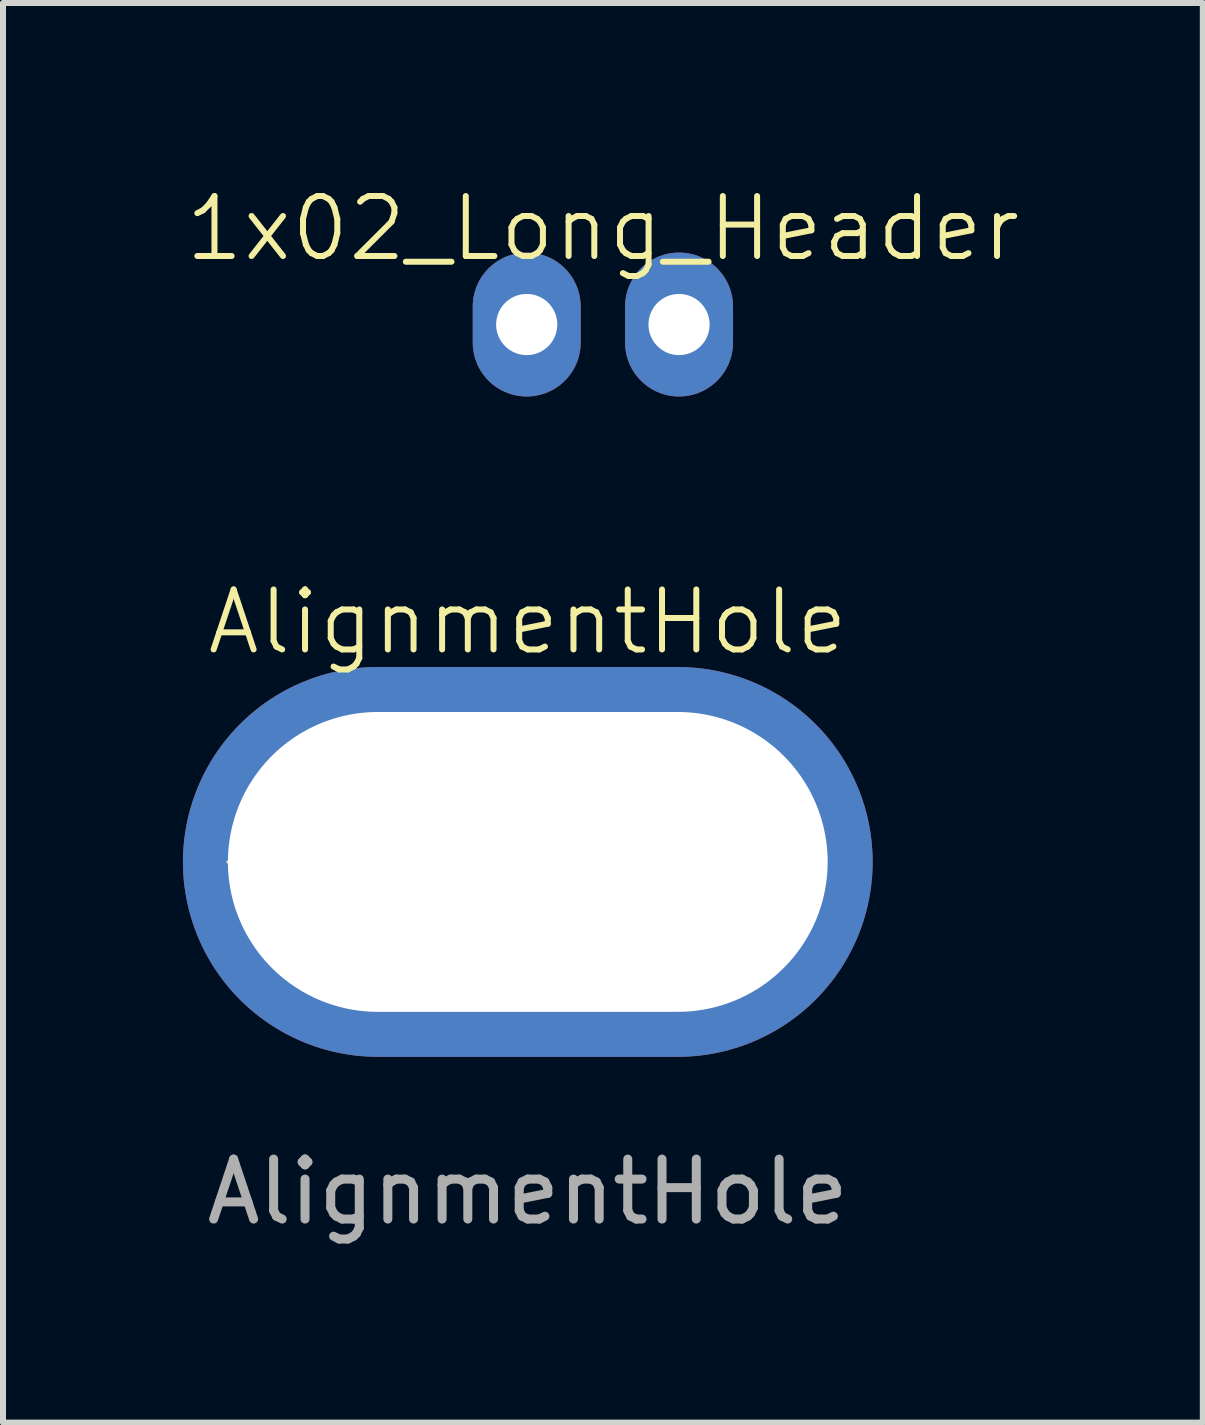
<source format=kicad_pcb>
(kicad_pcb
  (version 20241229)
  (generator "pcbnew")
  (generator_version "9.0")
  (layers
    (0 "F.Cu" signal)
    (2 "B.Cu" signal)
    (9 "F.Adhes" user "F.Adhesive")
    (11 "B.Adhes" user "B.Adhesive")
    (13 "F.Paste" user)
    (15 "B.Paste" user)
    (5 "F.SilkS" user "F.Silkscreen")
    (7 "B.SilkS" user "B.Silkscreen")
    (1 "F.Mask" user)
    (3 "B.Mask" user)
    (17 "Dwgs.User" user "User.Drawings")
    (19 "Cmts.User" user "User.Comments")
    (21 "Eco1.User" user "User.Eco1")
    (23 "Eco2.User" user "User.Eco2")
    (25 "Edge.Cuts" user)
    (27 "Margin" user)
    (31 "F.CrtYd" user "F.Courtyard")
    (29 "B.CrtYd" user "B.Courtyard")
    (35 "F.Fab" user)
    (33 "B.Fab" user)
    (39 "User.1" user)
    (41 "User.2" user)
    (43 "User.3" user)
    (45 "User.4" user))
  (footprint "AlignmentHole"
    (layer "F.Cu")
    (at 5.75 11.321)
    (property "Reference" "AlignmentHole" (at 0 -4 0) (unlocked yes) (layer "F.SilkS") (effects (font (size 1 1) (thickness 0.1))))
    (attr smd)
    (fp_line (start -5 0) (end -5 0) (stroke (width 0.05) (type default)) (layer "Edge.Cuts"))
    (fp_line (start -5 0) (end -5 0) (stroke (width 0.05) (type default)) (layer "Edge.Cuts"))
    (fp_text user "${REFERENCE}" (at 0 5.5 0) (unlocked yes) (layer "F.Fab") (effects (font (size 1 1) (thickness 0.15))))
    (pad "1" thru_hole oval (at 0 0) (size 11.5 6.5) (drill oval 10 5) (layers "*.Cu" "*.Mask")))
  (footprint "1x02_Long_Header"
    (layer "F.Cu")
    (at 7.002 2.361)
    (property "Reference" "1x02_Long_Header" (at 0 -1.6 0) (unlocked yes) (layer "F.SilkS") (effects (font (size 1 1) (thickness 0.1))))
    (attr smd)
    (pad "1" thru_hole oval (at -1.27 0) (size 1.8 2.4) (drill 1.02) (layers "*.Cu" "*.Mask"))
    (pad "2" thru_hole oval (at 1.27 0) (size 1.8 2.4) (drill 1.02) (layers "*.Cu" "*.Mask")))
  (gr_rect
    (start -3 -3)
    (end 17.005 20.669)
    (stroke (width 0.1) (type default))
    (fill no)
    (layer "Edge.Cuts")))
</source>
